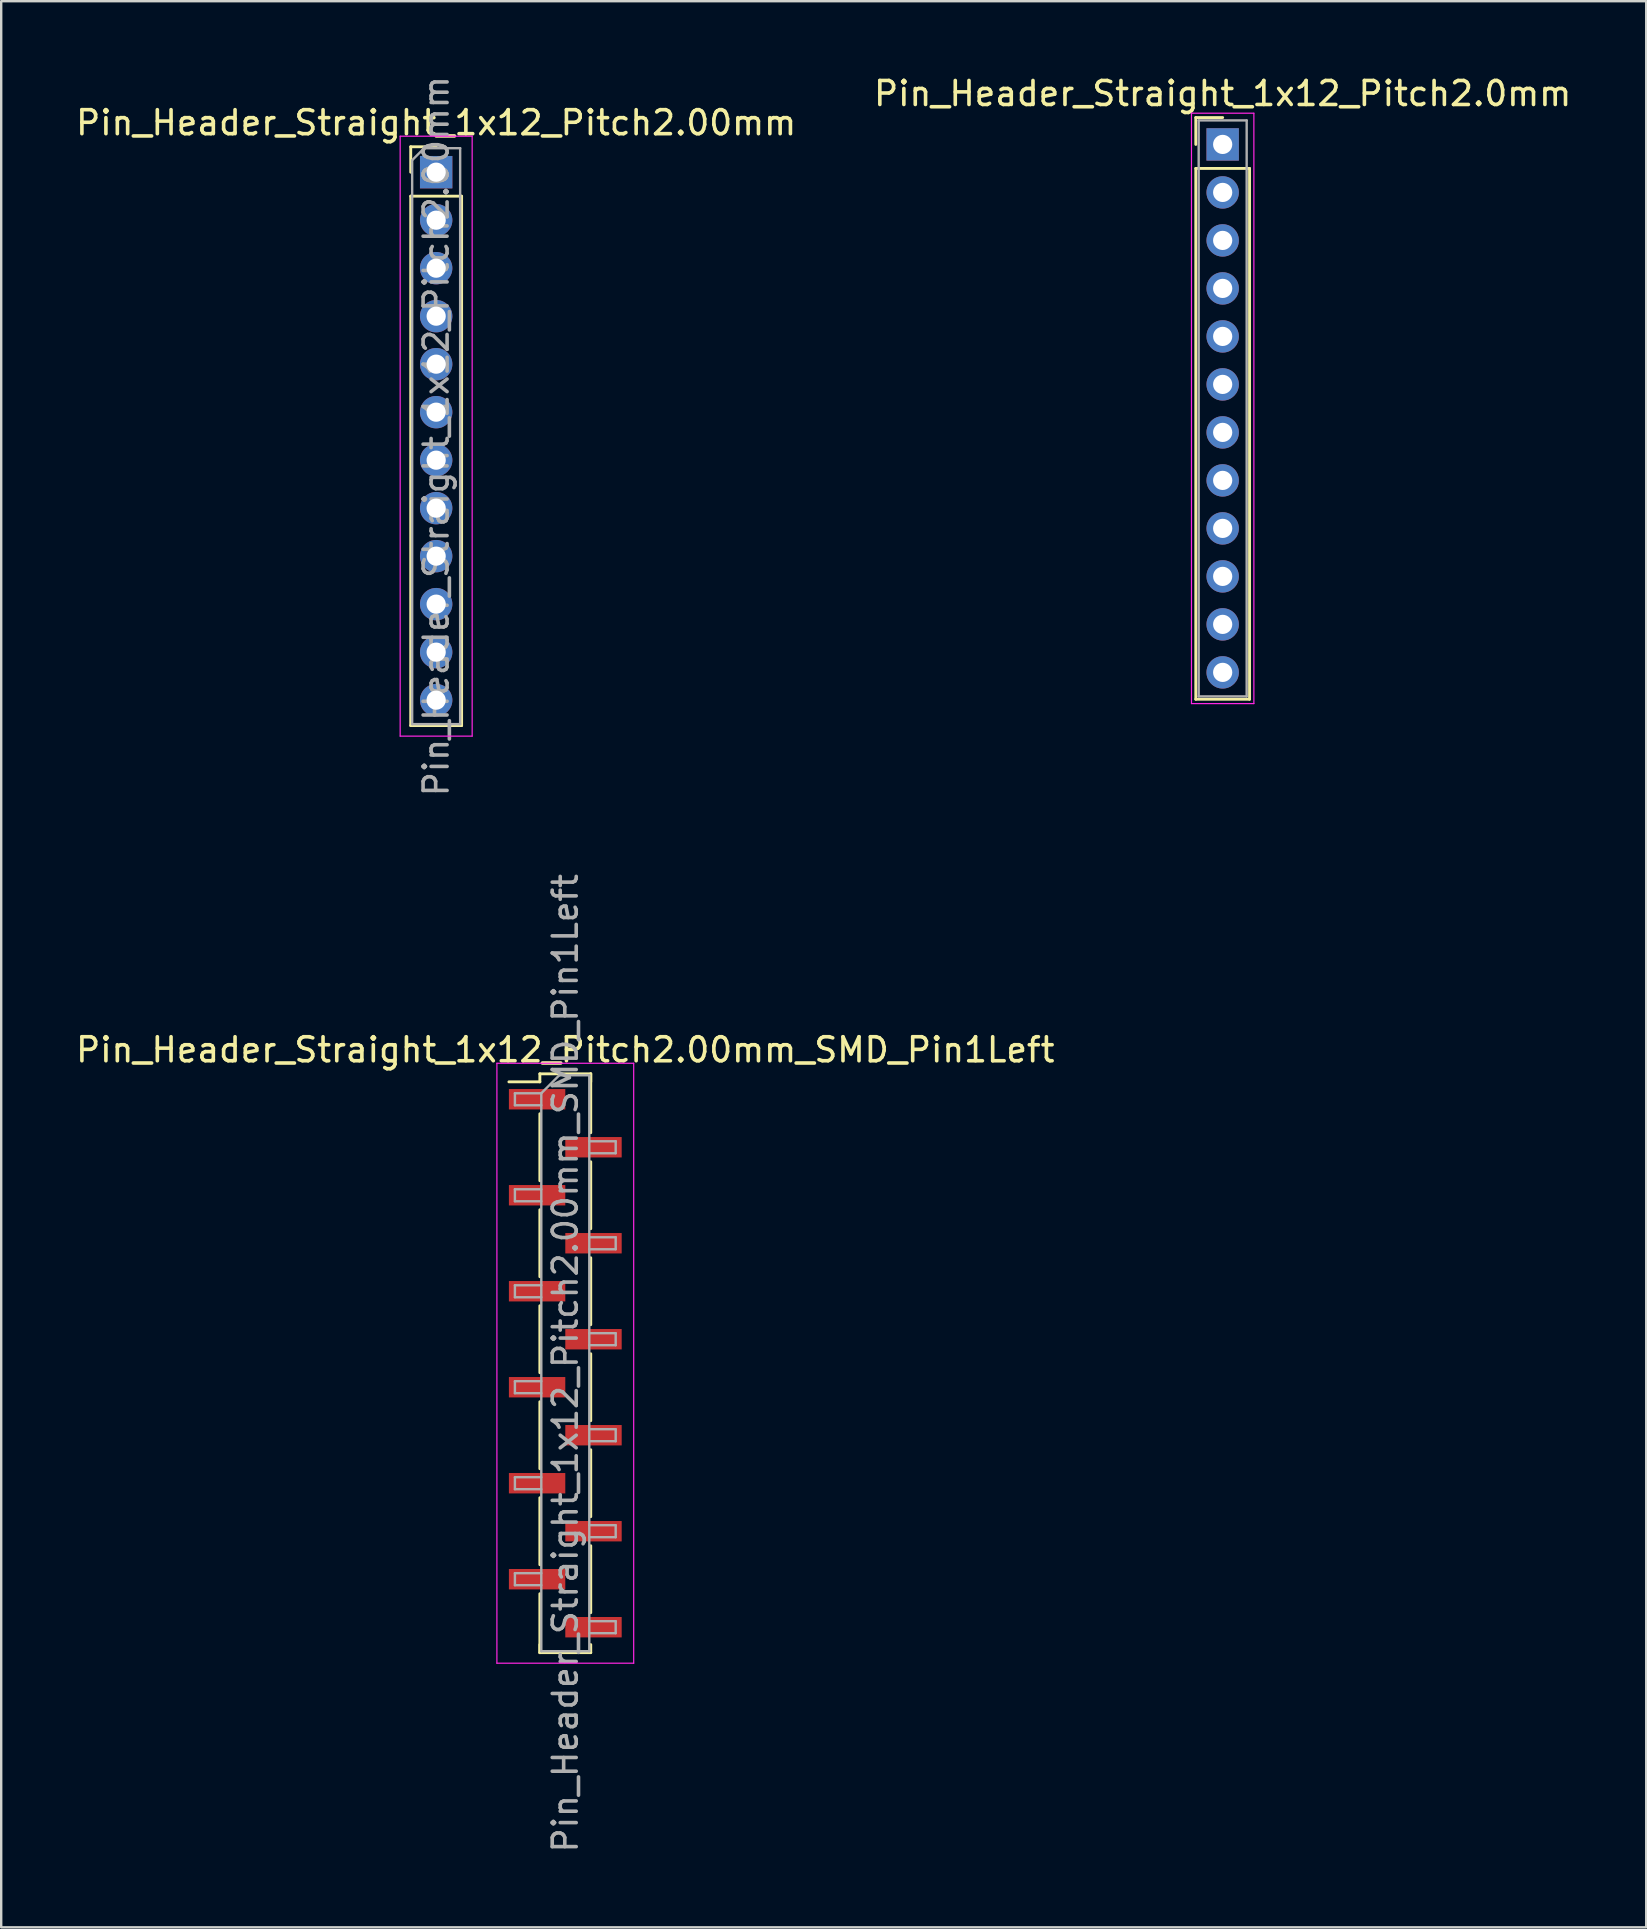
<source format=kicad_pcb>
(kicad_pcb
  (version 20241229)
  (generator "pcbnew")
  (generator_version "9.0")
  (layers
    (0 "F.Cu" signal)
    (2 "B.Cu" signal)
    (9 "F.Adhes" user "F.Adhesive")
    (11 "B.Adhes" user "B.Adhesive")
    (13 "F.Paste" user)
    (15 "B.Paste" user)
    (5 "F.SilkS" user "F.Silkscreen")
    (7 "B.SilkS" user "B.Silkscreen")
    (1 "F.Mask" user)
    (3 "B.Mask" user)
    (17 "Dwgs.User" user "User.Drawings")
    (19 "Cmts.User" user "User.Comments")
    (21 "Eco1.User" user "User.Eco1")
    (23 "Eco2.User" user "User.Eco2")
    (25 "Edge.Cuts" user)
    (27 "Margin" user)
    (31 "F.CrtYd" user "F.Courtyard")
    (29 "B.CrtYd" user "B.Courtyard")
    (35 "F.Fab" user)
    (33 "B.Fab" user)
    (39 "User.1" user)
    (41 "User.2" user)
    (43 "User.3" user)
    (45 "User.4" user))
  (footprint "Pin_Header_Straight_1x12_Pitch2.00mm"
    (layer "F.Cu")
    (at 15.125 4.125)
    (property "Reference" "Pin_Header_Straight_1x12_Pitch2.00mm" (at 0 -2.06 0) (layer "F.SilkS") (effects (font (size 1 1) (thickness 0.15))))
    (attr through_hole)
    (fp_line (start -1.06 -1.06) (end 0 -1.06) (stroke (width 0.12) (type solid)) (layer "F.SilkS"))
    (fp_line (start -1.06 0) (end -1.06 -1.06) (stroke (width 0.12) (type solid)) (layer "F.SilkS"))
    (fp_line (start -1.06 1) (end -1.06 23.06) (stroke (width 0.12) (type solid)) (layer "F.SilkS"))
    (fp_line (start -1.06 23.06) (end 1.06 23.06) (stroke (width 0.12) (type solid)) (layer "F.SilkS"))
    (fp_line (start 1.06 1) (end -1.06 1) (stroke (width 0.12) (type solid)) (layer "F.SilkS"))
    (fp_line (start 1.06 23.06) (end 1.06 1) (stroke (width 0.12) (type solid)) (layer "F.SilkS"))
    (fp_line (start -1.5 -1.5) (end -1.5 23.5) (stroke (width 0.05) (type solid)) (layer "F.CrtYd"))
    (fp_line (start -1.5 23.5) (end 1.5 23.5) (stroke (width 0.05) (type solid)) (layer "F.CrtYd"))
    (fp_line (start 1.5 -1.5) (end -1.5 -1.5) (stroke (width 0.05) (type solid)) (layer "F.CrtYd"))
    (fp_line (start 1.5 23.5) (end 1.5 -1.5) (stroke (width 0.05) (type solid)) (layer "F.CrtYd"))
    (fp_line (start -1 -0.5) (end -0.5 -1) (stroke (width 0.1) (type solid)) (layer "F.Fab"))
    (fp_line (start -1 23) (end -1 -0.5) (stroke (width 0.1) (type solid)) (layer "F.Fab"))
    (fp_line (start -0.5 -1) (end 1 -1) (stroke (width 0.1) (type solid)) (layer "F.Fab"))
    (fp_line (start 1 -1) (end 1 23) (stroke (width 0.1) (type solid)) (layer "F.Fab"))
    (fp_line (start 1 23) (end -1 23) (stroke (width 0.1) (type solid)) (layer "F.Fab"))
    (fp_text user "${REFERENCE}" (at 0 11 90) (layer "F.Fab") (effects (font (size 1 1) (thickness 0.15))))
    (pad "1" thru_hole rect (at 0 0) (size 1.35 1.35) (drill 0.8) (layers "*.Cu" "*.Mask"))
    (pad "2" thru_hole oval (at 0 2) (size 1.35 1.35) (drill 0.8) (layers "*.Cu" "*.Mask"))
    (pad "3" thru_hole oval (at 0 4) (size 1.35 1.35) (drill 0.8) (layers "*.Cu" "*.Mask"))
    (pad "4" thru_hole oval (at 0 6) (size 1.35 1.35) (drill 0.8) (layers "*.Cu" "*.Mask"))
    (pad "5" thru_hole oval (at 0 8) (size 1.35 1.35) (drill 0.8) (layers "*.Cu" "*.Mask"))
    (pad "6" thru_hole oval (at 0 10) (size 1.35 1.35) (drill 0.8) (layers "*.Cu" "*.Mask"))
    (pad "7" thru_hole oval (at 0 12) (size 1.35 1.35) (drill 0.8) (layers "*.Cu" "*.Mask"))
    (pad "8" thru_hole oval (at 0 14) (size 1.35 1.35) (drill 0.8) (layers "*.Cu" "*.Mask"))
    (pad "9" thru_hole oval (at 0 16) (size 1.35 1.35) (drill 0.8) (layers "*.Cu" "*.Mask"))
    (pad "10" thru_hole oval (at 0 18) (size 1.35 1.35) (drill 0.8) (layers "*.Cu" "*.Mask"))
    (pad "11" thru_hole oval (at 0 20) (size 1.35 1.35) (drill 0.8) (layers "*.Cu" "*.Mask"))
    (pad "12" thru_hole oval (at 0 22) (size 1.35 1.35) (drill 0.8) (layers "*.Cu" "*.Mask")))
  (footprint "Pin_Header_Straight_1x12_Pitch2.0mm"
    (layer "F.Cu")
    (at 47.899 2.968)
    (property "Reference" "Pin_Header_Straight_1x12_Pitch2.0mm" (at 0 -2.12 0) (layer "F.SilkS") (effects (font (size 1 1) (thickness 0.15))))
    (attr through_hole)
    (fp_line (start -1.12 -1.12) (end 0 -1.12) (stroke (width 0.12) (type solid)) (layer "F.SilkS"))
    (fp_line (start -1.12 0) (end -1.12 -1.12) (stroke (width 0.12) (type solid)) (layer "F.SilkS"))
    (fp_line (start -1.12 1) (end -1.12 23.12) (stroke (width 0.12) (type solid)) (layer "F.SilkS"))
    (fp_line (start -1.12 23.12) (end 1.12 23.12) (stroke (width 0.12) (type solid)) (layer "F.SilkS"))
    (fp_line (start 1.12 1) (end -1.12 1) (stroke (width 0.12) (type solid)) (layer "F.SilkS"))
    (fp_line (start 1.12 23.12) (end 1.12 1) (stroke (width 0.12) (type solid)) (layer "F.SilkS"))
    (fp_line (start -1.3 -1.3) (end -1.3 23.3) (stroke (width 0.05) (type solid)) (layer "F.CrtYd"))
    (fp_line (start -1.3 23.3) (end 1.3 23.3) (stroke (width 0.05) (type solid)) (layer "F.CrtYd"))
    (fp_line (start 1.3 -1.3) (end -1.3 -1.3) (stroke (width 0.05) (type solid)) (layer "F.CrtYd"))
    (fp_line (start 1.3 23.3) (end 1.3 -1.3) (stroke (width 0.05) (type solid)) (layer "F.CrtYd"))
    (fp_line (start -1 -1) (end -1 23) (stroke (width 0.1) (type solid)) (layer "F.Fab"))
    (fp_line (start -1 23) (end 1 23) (stroke (width 0.1) (type solid)) (layer "F.Fab"))
    (fp_line (start 1 -1) (end -1 -1) (stroke (width 0.1) (type solid)) (layer "F.Fab"))
    (fp_line (start 1 23) (end 1 -1) (stroke (width 0.1) (type solid)) (layer "F.Fab"))
    (pad "1" thru_hole rect (at 0 0) (size 1.35 1.35) (drill 0.8) (layers "*.Cu" "*.Mask"))
    (pad "2" thru_hole oval (at 0 2) (size 1.35 1.35) (drill 0.8) (layers "*.Cu" "*.Mask"))
    (pad "3" thru_hole oval (at 0 4) (size 1.35 1.35) (drill 0.8) (layers "*.Cu" "*.Mask"))
    (pad "4" thru_hole oval (at 0 6) (size 1.35 1.35) (drill 0.8) (layers "*.Cu" "*.Mask"))
    (pad "5" thru_hole oval (at 0 8) (size 1.35 1.35) (drill 0.8) (layers "*.Cu" "*.Mask"))
    (pad "6" thru_hole oval (at 0 10) (size 1.35 1.35) (drill 0.8) (layers "*.Cu" "*.Mask"))
    (pad "7" thru_hole oval (at 0 12) (size 1.35 1.35) (drill 0.8) (layers "*.Cu" "*.Mask"))
    (pad "8" thru_hole oval (at 0 14) (size 1.35 1.35) (drill 0.8) (layers "*.Cu" "*.Mask"))
    (pad "9" thru_hole oval (at 0 16) (size 1.35 1.35) (drill 0.8) (layers "*.Cu" "*.Mask"))
    (pad "10" thru_hole oval (at 0 18) (size 1.35 1.35) (drill 0.8) (layers "*.Cu" "*.Mask"))
    (pad "11" thru_hole oval (at 0 20) (size 1.35 1.35) (drill 0.8) (layers "*.Cu" "*.Mask"))
    (pad "12" thru_hole oval (at 0 22) (size 1.35 1.35) (drill 0.8) (layers "*.Cu" "*.Mask")))
  (footprint "Pin_Header_Straight_1x12_Pitch2.00mm_SMD_Pin1Left"
    (layer "F.Cu")
    (at 20.506 53.756)
    (property "Reference" "Pin_Header_Straight_1x12_Pitch2.00mm_SMD_Pin1Left" (at 0 -13.06 0) (layer "F.SilkS") (effects (font (size 1 1) (thickness 0.15))))
    (attr smd)
    (fp_line (start -1.06 -12.06) (end 1.06 -12.06) (stroke (width 0.12) (type solid)) (layer "F.SilkS"))
    (fp_line (start -1.06 -11.725) (end -2.35 -11.725) (stroke (width 0.12) (type solid)) (layer "F.SilkS"))
    (fp_line (start -1.06 -11.725) (end -1.06 -12.06) (stroke (width 0.12) (type solid)) (layer "F.SilkS"))
    (fp_line (start -1.06 -10.395) (end -1.06 -7.605) (stroke (width 0.12) (type solid)) (layer "F.SilkS"))
    (fp_line (start -1.06 -6.395) (end -1.06 -3.605) (stroke (width 0.12) (type solid)) (layer "F.SilkS"))
    (fp_line (start -1.06 -2.395) (end -1.06 0.395) (stroke (width 0.12) (type solid)) (layer "F.SilkS"))
    (fp_line (start -1.06 1.605) (end -1.06 4.395) (stroke (width 0.12) (type solid)) (layer "F.SilkS"))
    (fp_line (start -1.06 5.605) (end -1.06 8.395) (stroke (width 0.12) (type solid)) (layer "F.SilkS"))
    (fp_line (start -1.06 9.605) (end -1.06 12.06) (stroke (width 0.12) (type solid)) (layer "F.SilkS"))
    (fp_line (start -1.06 11.725) (end -1.06 12.06) (stroke (width 0.12) (type solid)) (layer "F.SilkS"))
    (fp_line (start -1.06 12.06) (end 1.06 12.06) (stroke (width 0.12) (type solid)) (layer "F.SilkS"))
    (fp_line (start 1.06 -12.06) (end 1.06 -11.725) (stroke (width 0.12) (type solid)) (layer "F.SilkS"))
    (fp_line (start 1.06 -12.06) (end 1.06 -9.605) (stroke (width 0.12) (type solid)) (layer "F.SilkS"))
    (fp_line (start 1.06 -8.395) (end 1.06 -5.605) (stroke (width 0.12) (type solid)) (layer "F.SilkS"))
    (fp_line (start 1.06 -4.395) (end 1.06 -1.605) (stroke (width 0.12) (type solid)) (layer "F.SilkS"))
    (fp_line (start 1.06 -0.395) (end 1.06 2.395) (stroke (width 0.12) (type solid)) (layer "F.SilkS"))
    (fp_line (start 1.06 3.605) (end 1.06 6.395) (stroke (width 0.12) (type solid)) (layer "F.SilkS"))
    (fp_line (start 1.06 7.605) (end 1.06 10.395) (stroke (width 0.12) (type solid)) (layer "F.SilkS"))
    (fp_line (start 1.06 12.06) (end 1.06 11.725) (stroke (width 0.12) (type solid)) (layer "F.SilkS"))
    (fp_line (start -2.85 -12.5) (end -2.85 12.5) (stroke (width 0.05) (type solid)) (layer "F.CrtYd"))
    (fp_line (start -2.85 12.5) (end 2.85 12.5) (stroke (width 0.05) (type solid)) (layer "F.CrtYd"))
    (fp_line (start 2.85 -12.5) (end -2.85 -12.5) (stroke (width 0.05) (type solid)) (layer "F.CrtYd"))
    (fp_line (start 2.85 12.5) (end 2.85 -12.5) (stroke (width 0.05) (type solid)) (layer "F.CrtYd"))
    (fp_line (start -2.1 -11.25) (end -2.1 -10.75) (stroke (width 0.1) (type solid)) (layer "F.Fab"))
    (fp_line (start -2.1 -10.75) (end -1 -10.75) (stroke (width 0.1) (type solid)) (layer "F.Fab"))
    (fp_line (start -2.1 -7.25) (end -2.1 -6.75) (stroke (width 0.1) (type solid)) (layer "F.Fab"))
    (fp_line (start -2.1 -6.75) (end -1 -6.75) (stroke (width 0.1) (type solid)) (layer "F.Fab"))
    (fp_line (start -2.1 -3.25) (end -2.1 -2.75) (stroke (width 0.1) (type solid)) (layer "F.Fab"))
    (fp_line (start -2.1 -2.75) (end -1 -2.75) (stroke (width 0.1) (type solid)) (layer "F.Fab"))
    (fp_line (start -2.1 0.75) (end -2.1 1.25) (stroke (width 0.1) (type solid)) (layer "F.Fab"))
    (fp_line (start -2.1 1.25) (end -1 1.25) (stroke (width 0.1) (type solid)) (layer "F.Fab"))
    (fp_line (start -2.1 4.75) (end -2.1 5.25) (stroke (width 0.1) (type solid)) (layer "F.Fab"))
    (fp_line (start -2.1 5.25) (end -1 5.25) (stroke (width 0.1) (type solid)) (layer "F.Fab"))
    (fp_line (start -2.1 8.75) (end -2.1 9.25) (stroke (width 0.1) (type solid)) (layer "F.Fab"))
    (fp_line (start -2.1 9.25) (end -1 9.25) (stroke (width 0.1) (type solid)) (layer "F.Fab"))
    (fp_line (start -1 -11.25) (end -2.1 -11.25) (stroke (width 0.1) (type solid)) (layer "F.Fab"))
    (fp_line (start -1 -11.25) (end -0.25 -12) (stroke (width 0.1) (type solid)) (layer "F.Fab"))
    (fp_line (start -1 -7.25) (end -2.1 -7.25) (stroke (width 0.1) (type solid)) (layer "F.Fab"))
    (fp_line (start -1 -3.25) (end -2.1 -3.25) (stroke (width 0.1) (type solid)) (layer "F.Fab"))
    (fp_line (start -1 0.75) (end -2.1 0.75) (stroke (width 0.1) (type solid)) (layer "F.Fab"))
    (fp_line (start -1 4.75) (end -2.1 4.75) (stroke (width 0.1) (type solid)) (layer "F.Fab"))
    (fp_line (start -1 8.75) (end -2.1 8.75) (stroke (width 0.1) (type solid)) (layer "F.Fab"))
    (fp_line (start -1 12) (end -1 -11.25) (stroke (width 0.1) (type solid)) (layer "F.Fab"))
    (fp_line (start -0.25 -12) (end 1 -12) (stroke (width 0.1) (type solid)) (layer "F.Fab"))
    (fp_line (start 1 -12) (end 1 12) (stroke (width 0.1) (type solid)) (layer "F.Fab"))
    (fp_line (start 1 -9.25) (end 2.1 -9.25) (stroke (width 0.1) (type solid)) (layer "F.Fab"))
    (fp_line (start 1 -5.25) (end 2.1 -5.25) (stroke (width 0.1) (type solid)) (layer "F.Fab"))
    (fp_line (start 1 -1.25) (end 2.1 -1.25) (stroke (width 0.1) (type solid)) (layer "F.Fab"))
    (fp_line (start 1 2.75) (end 2.1 2.75) (stroke (width 0.1) (type solid)) (layer "F.Fab"))
    (fp_line (start 1 6.75) (end 2.1 6.75) (stroke (width 0.1) (type solid)) (layer "F.Fab"))
    (fp_line (start 1 10.75) (end 2.1 10.75) (stroke (width 0.1) (type solid)) (layer "F.Fab"))
    (fp_line (start 1 12) (end -1 12) (stroke (width 0.1) (type solid)) (layer "F.Fab"))
    (fp_line (start 2.1 -9.25) (end 2.1 -8.75) (stroke (width 0.1) (type solid)) (layer "F.Fab"))
    (fp_line (start 2.1 -8.75) (end 1 -8.75) (stroke (width 0.1) (type solid)) (layer "F.Fab"))
    (fp_line (start 2.1 -5.25) (end 2.1 -4.75) (stroke (width 0.1) (type solid)) (layer "F.Fab"))
    (fp_line (start 2.1 -4.75) (end 1 -4.75) (stroke (width 0.1) (type solid)) (layer "F.Fab"))
    (fp_line (start 2.1 -1.25) (end 2.1 -0.75) (stroke (width 0.1) (type solid)) (layer "F.Fab"))
    (fp_line (start 2.1 -0.75) (end 1 -0.75) (stroke (width 0.1) (type solid)) (layer "F.Fab"))
    (fp_line (start 2.1 2.75) (end 2.1 3.25) (stroke (width 0.1) (type solid)) (layer "F.Fab"))
    (fp_line (start 2.1 3.25) (end 1 3.25) (stroke (width 0.1) (type solid)) (layer "F.Fab"))
    (fp_line (start 2.1 6.75) (end 2.1 7.25) (stroke (width 0.1) (type solid)) (layer "F.Fab"))
    (fp_line (start 2.1 7.25) (end 1 7.25) (stroke (width 0.1) (type solid)) (layer "F.Fab"))
    (fp_line (start 2.1 10.75) (end 2.1 11.25) (stroke (width 0.1) (type solid)) (layer "F.Fab"))
    (fp_line (start 2.1 11.25) (end 1 11.25) (stroke (width 0.1) (type solid)) (layer "F.Fab"))
    (fp_text user "${REFERENCE}" (at 0 0 90) (layer "F.Fab") (effects (font (size 1 1) (thickness 0.15))))
    (pad "1" smd rect (at -1.175 -11) (size 2.35 0.85) (layers "F.Cu" "F.Mask" "F.Paste"))
    (pad "2" smd rect (at 1.175 -9) (size 2.35 0.85) (layers "F.Cu" "F.Mask" "F.Paste"))
    (pad "3" smd rect (at -1.175 -7) (size 2.35 0.85) (layers "F.Cu" "F.Mask" "F.Paste"))
    (pad "4" smd rect (at 1.175 -5) (size 2.35 0.85) (layers "F.Cu" "F.Mask" "F.Paste"))
    (pad "5" smd rect (at -1.175 -3) (size 2.35 0.85) (layers "F.Cu" "F.Mask" "F.Paste"))
    (pad "6" smd rect (at 1.175 -1) (size 2.35 0.85) (layers "F.Cu" "F.Mask" "F.Paste"))
    (pad "7" smd rect (at -1.175 1) (size 2.35 0.85) (layers "F.Cu" "F.Mask" "F.Paste"))
    (pad "8" smd rect (at 1.175 3) (size 2.35 0.85) (layers "F.Cu" "F.Mask" "F.Paste"))
    (pad "9" smd rect (at -1.175 5) (size 2.35 0.85) (layers "F.Cu" "F.Mask" "F.Paste"))
    (pad "10" smd rect (at 1.175 7) (size 2.35 0.85) (layers "F.Cu" "F.Mask" "F.Paste"))
    (pad "11" smd rect (at -1.175 9) (size 2.35 0.85) (layers "F.Cu" "F.Mask" "F.Paste"))
    (pad "12" smd rect (at 1.175 11) (size 2.35 0.85) (layers "F.Cu" "F.Mask" "F.Paste")))
  (gr_rect
    (start -3 -3)
    (end 65.548 77.262)
    (stroke (width 0.1) (type default))
    (fill no)
    (layer "Edge.Cuts")))
</source>
